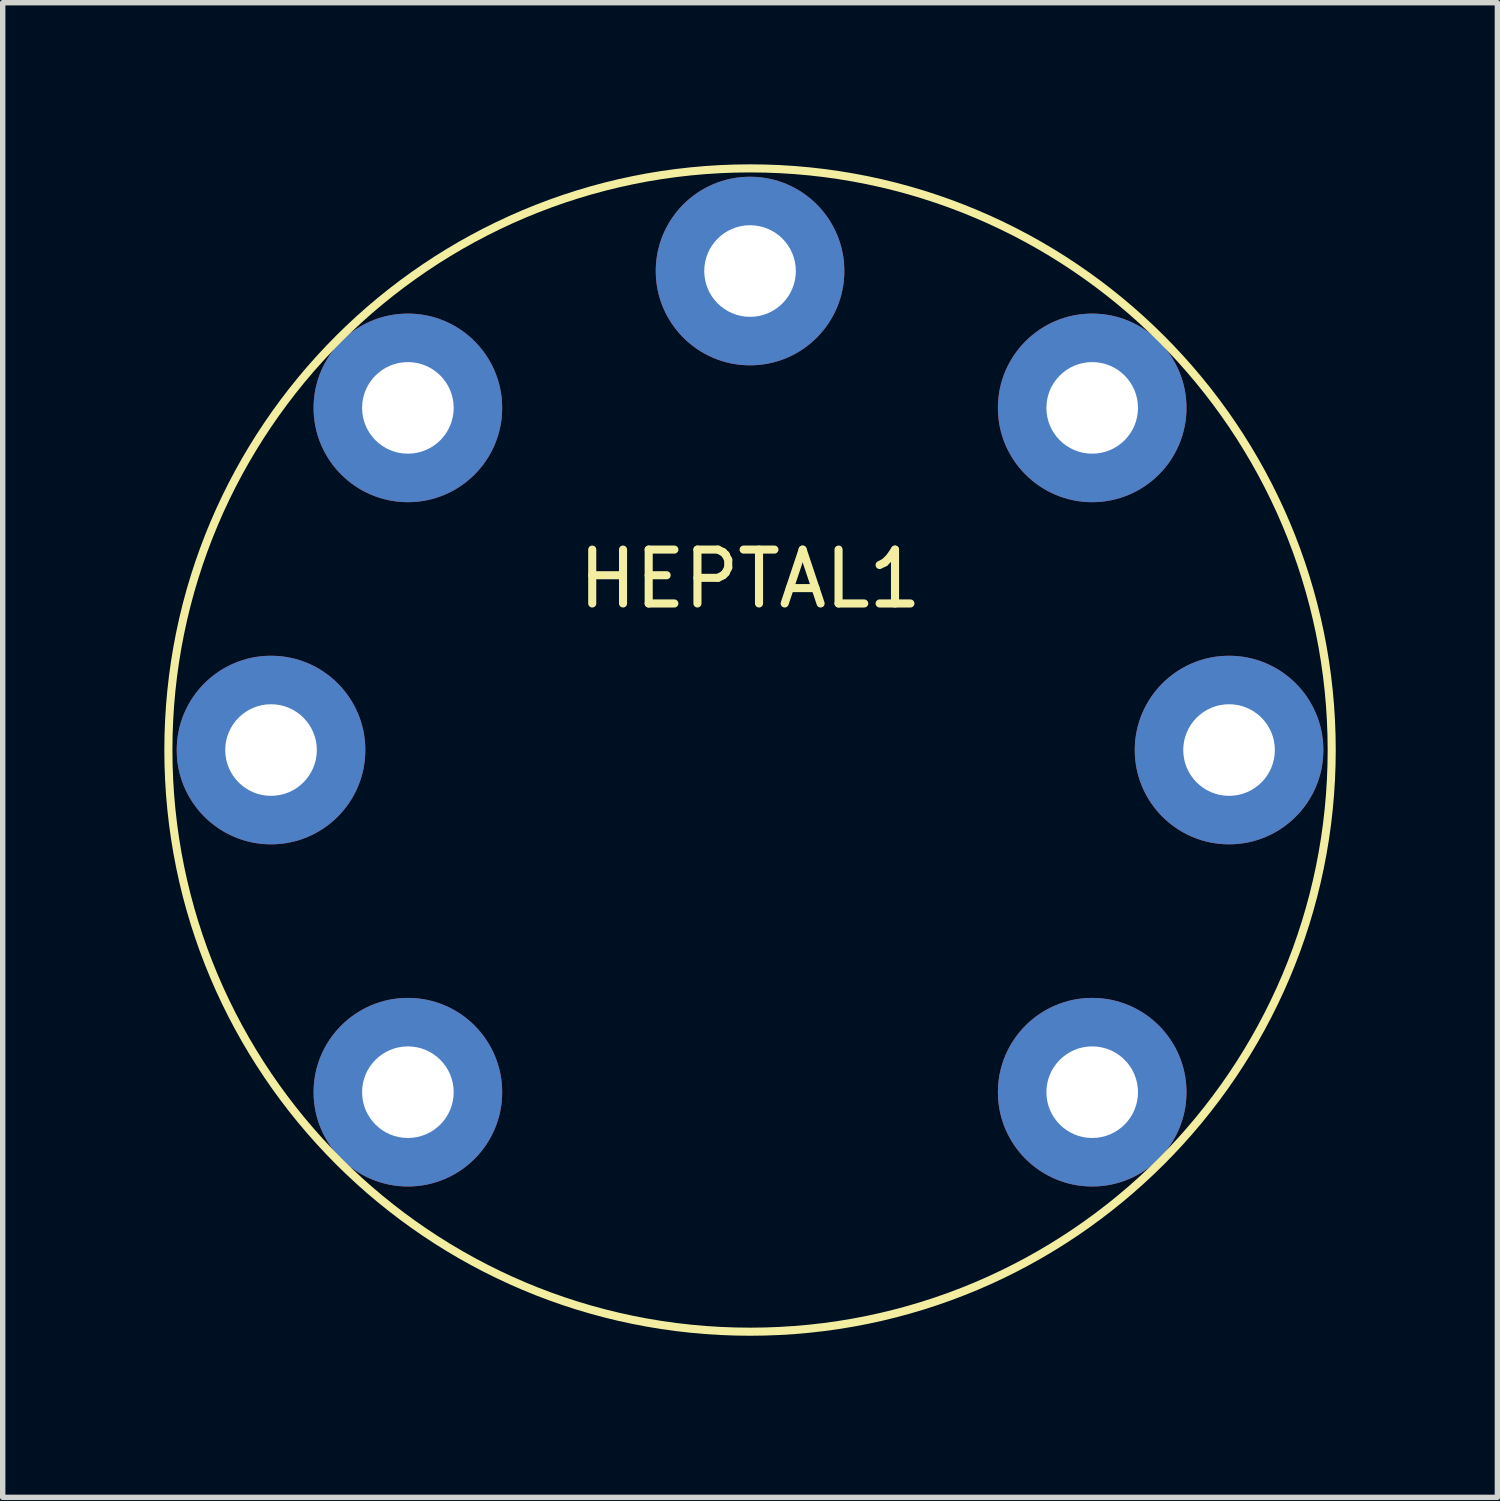
<source format=kicad_pcb>
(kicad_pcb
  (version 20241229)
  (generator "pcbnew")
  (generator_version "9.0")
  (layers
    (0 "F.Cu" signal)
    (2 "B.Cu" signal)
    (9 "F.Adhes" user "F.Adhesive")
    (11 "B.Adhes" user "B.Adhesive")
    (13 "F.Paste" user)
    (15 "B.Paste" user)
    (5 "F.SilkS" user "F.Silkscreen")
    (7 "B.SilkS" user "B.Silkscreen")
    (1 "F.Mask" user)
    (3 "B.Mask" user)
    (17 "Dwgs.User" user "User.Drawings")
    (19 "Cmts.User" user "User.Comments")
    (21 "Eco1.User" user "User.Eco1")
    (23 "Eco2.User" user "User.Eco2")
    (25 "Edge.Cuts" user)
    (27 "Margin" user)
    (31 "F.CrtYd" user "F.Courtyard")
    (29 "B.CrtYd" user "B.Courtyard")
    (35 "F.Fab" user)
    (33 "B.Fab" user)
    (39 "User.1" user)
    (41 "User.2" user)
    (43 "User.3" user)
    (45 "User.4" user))
  (footprint "HEPTAL1"
    (layer "F.Cu")
    (at 10.87 10.87)
    (property "Reference" "HEPTAL1" (at 0 -3.175 0) (layer "F.SilkS") (effects (font (size 1 1) (thickness 0.15))))
    (attr through_hole)
    (fp_circle (center 0 0) (end 10.795 0) (stroke (width 0.15) (type solid)) (fill no) (layer "F.SilkS"))
    (pad "1" thru_hole circle (at 6.35 6.35) (size 3.5 3.5) (drill 1.7) (layers "*.Cu" "*.Mask"))
    (pad "2" thru_hole circle (at 8.89 0) (size 3.5 3.5) (drill 1.7) (layers "*.Cu" "*.Mask"))
    (pad "3" thru_hole circle (at 6.35 -6.35) (size 3.5 3.5) (drill 1.7) (layers "*.Cu" "*.Mask"))
    (pad "4" thru_hole circle (at 0 -8.89) (size 3.5 3.5) (drill 1.7) (layers "*.Cu" "*.Mask"))
    (pad "5" thru_hole circle (at -6.35 -6.35) (size 3.5 3.5) (drill 1.7) (layers "*.Cu" "*.Mask"))
    (pad "6" thru_hole circle (at -8.89 0) (size 3.5 3.5) (drill 1.7) (layers "*.Cu" "*.Mask"))
    (pad "7" thru_hole circle (at -6.35 6.35) (size 3.5 3.5) (drill 1.7) (layers "*.Cu" "*.Mask")))
  (gr_rect
    (start -3 -3)
    (end 24.74 24.74)
    (stroke (width 0.1) (type default))
    (fill no)
    (layer "Edge.Cuts")))
</source>
